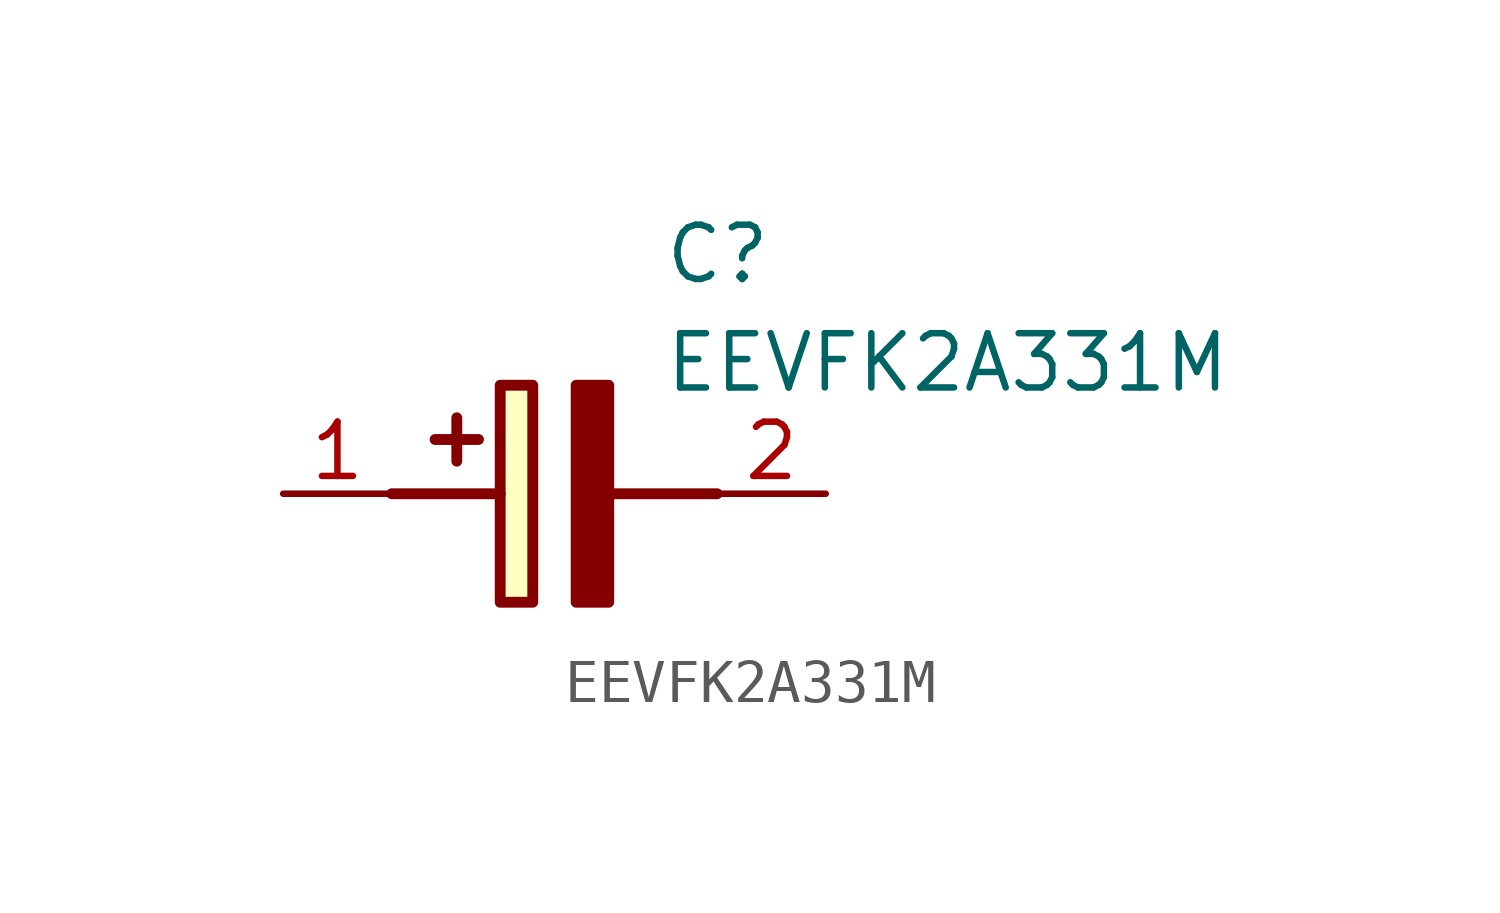
<source format=kicad_sym>
(kicad_symbol_lib
  (version 20211014)
  (generator SamacSys_ECAD_Model)
  (symbol "EEVFK2A331M"
    (pin_names hide)
    (property "Reference" "C"
      (at 8.89 6.35 0)
      (effects (font (size 1.27 1.27)) (justify left top)))
    (property "Value" "EEVFK2A331M"
      (at 8.89 3.81 0)
      (effects (font (size 1.27 1.27)) (justify left top)))
    (rectangle
      (start 5.08 2.54)
      (end 5.842 -2.54)
      (stroke (width 0.254) (type default))
      (fill (type background)))
    (polyline
      (pts (xy 4.572 1.27) (xy 3.556 1.27))
      (stroke (width 0.254) (type default))
      (fill (type none)))
    (polyline
      (pts (xy 4.064 1.778) (xy 4.064 0.762))
      (stroke (width 0.254) (type default))
      (fill (type none)))
    (polyline
      (pts (xy 2.54 0) (xy 5.08 0))
      (stroke (width 0.254) (type default))
      (fill (type none)))
    (polyline
      (pts (xy 7.62 0) (xy 10.16 0))
      (stroke (width 0.254) (type default))
      (fill (type none)))
    (polyline
      (pts (xy 7.62 2.54) (xy 7.62 -2.54) (xy 6.858 -2.54) (xy 6.858 2.54) (xy 7.62 2.54))
      (stroke (width 0.254) (type default))
      (fill (type outline)))
    (pin passive line
      (at 0 0 0)
      (length 2.54)
      (name "+" (effects (font (size 1.27 1.27))))
      (number "1" (effects (font (size 1.27 1.27)))))
    (pin passive line
      (at 12.7 0 180)
      (length 2.54)
      (name "-" (effects (font (size 1.27 1.27))))
      (number "2" (effects (font (size 1.27 1.27)))))))
</source>
